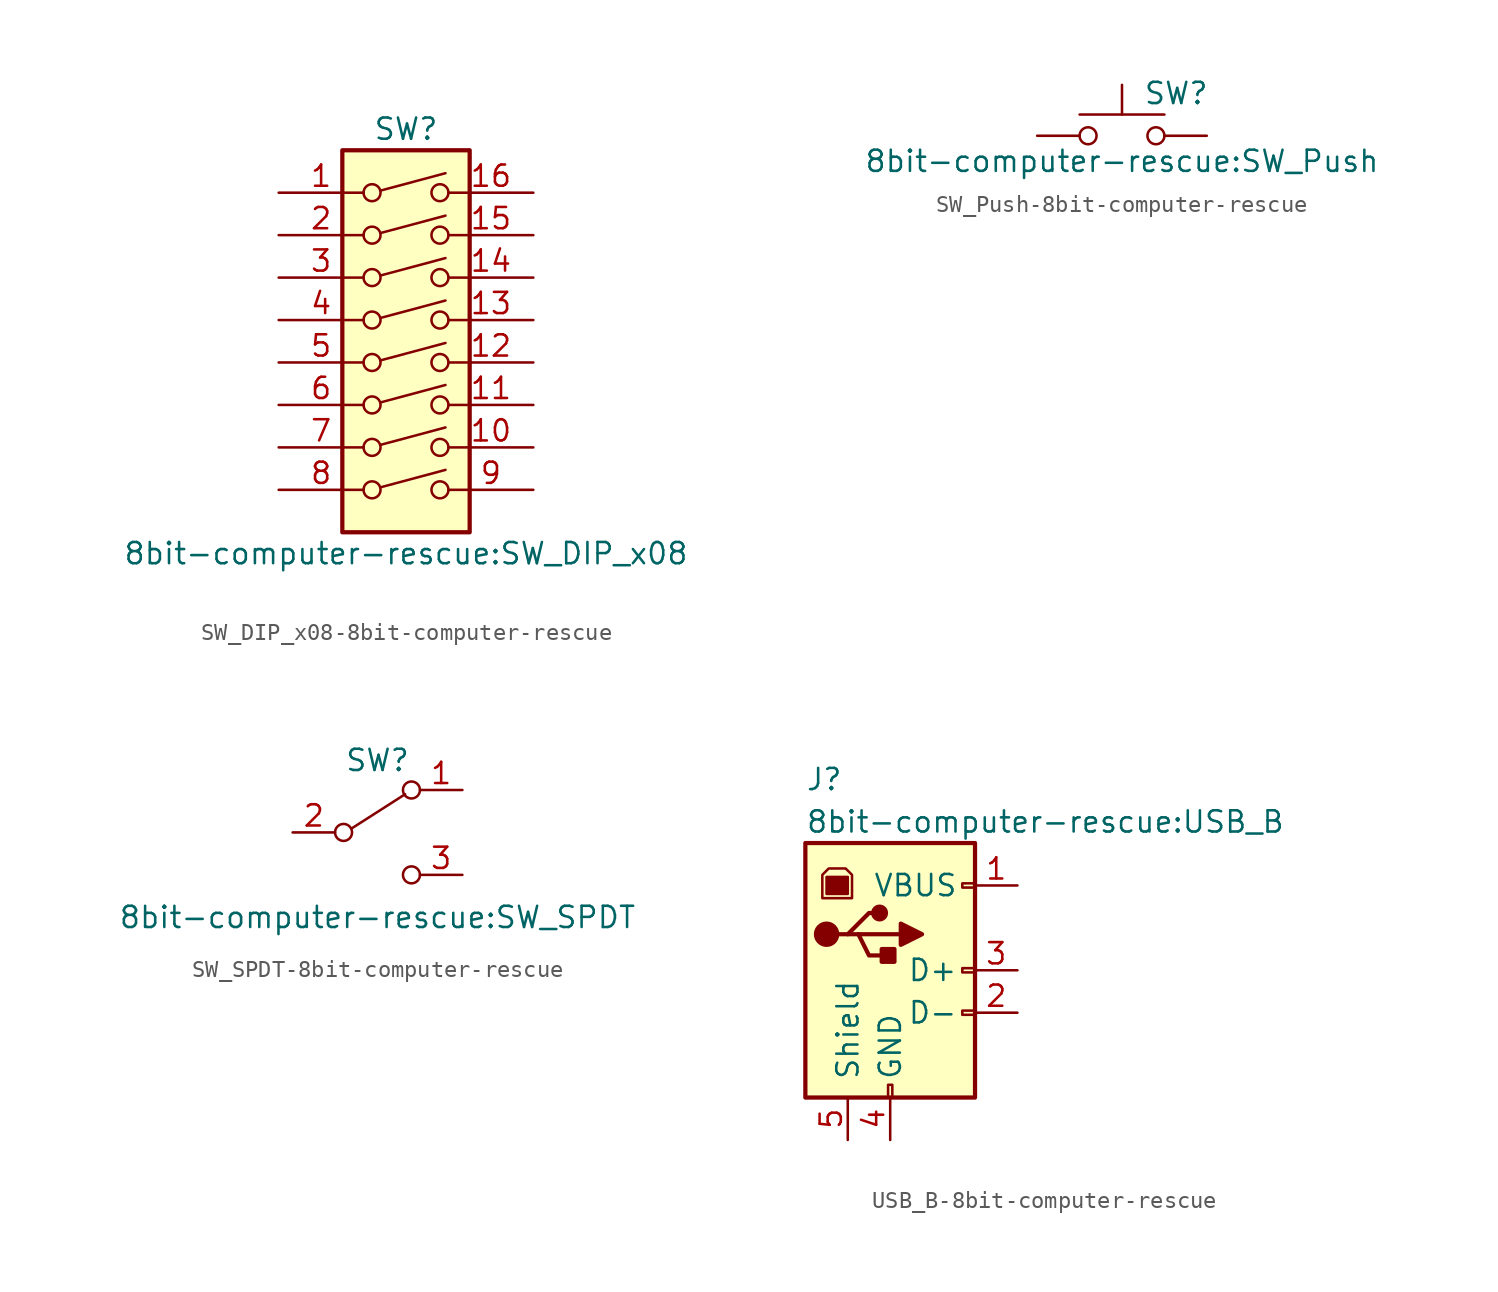
<source format=kicad_sym>
(kicad_symbol_lib
  (version 20220914)
  (generator kicad_symbol_editor)
  (symbol "SW_DIP_x08-8bit-computer-rescue"
    (pin_names
      (offset 0) hide)
    (property "Reference" "SW"
      (at 0 13.97 0)
      (effects (font (size 1.27 1.27))))
    (property "Value" "8bit-computer-rescue:SW_DIP_x08"
      (at 0 -11.43 0)
      (effects (font (size 1.27 1.27))))
    (symbol "SW_DIP_x08-8bit-computer-rescue_0_0"
      (circle (center -2.032 -7.62) (radius 0.508) (stroke (width 0) (type solid)) (fill (type none)))
      (circle (center -2.032 -5.08) (radius 0.508) (stroke (width 0) (type solid)) (fill (type none)))
      (circle (center -2.032 -2.54) (radius 0.508) (stroke (width 0) (type solid)) (fill (type none)))
      (circle (center -2.032 0) (radius 0.508) (stroke (width 0) (type solid)) (fill (type none)))
      (circle (center -2.032 2.54) (radius 0.508) (stroke (width 0) (type solid)) (fill (type none)))
      (circle (center -2.032 5.08) (radius 0.508) (stroke (width 0) (type solid)) (fill (type none)))
      (circle (center -2.032 7.62) (radius 0.508) (stroke (width 0) (type solid)) (fill (type none)))
      (circle (center -2.032 10.16) (radius 0.508) (stroke (width 0) (type solid)) (fill (type none)))
      (polyline (pts (xy -1.524 -7.468) (xy 2.362 -6.426)) (stroke (width 0) (type solid)) (fill (type none)))
      (polyline (pts (xy -1.524 -4.928) (xy 2.362 -3.886)) (stroke (width 0) (type solid)) (fill (type none)))
      (polyline (pts (xy -1.524 -2.388) (xy 2.362 -1.346)) (stroke (width 0) (type solid)) (fill (type none)))
      (polyline (pts (xy -1.524 0.127) (xy 2.362 1.168)) (stroke (width 0) (type solid)) (fill (type none)))
      (polyline (pts (xy -1.524 2.667) (xy 2.362 3.708)) (stroke (width 0) (type solid)) (fill (type none)))
      (polyline (pts (xy -1.524 5.207) (xy 2.362 6.248)) (stroke (width 0) (type solid)) (fill (type none)))
      (polyline (pts (xy -1.524 7.747) (xy 2.362 8.788)) (stroke (width 0) (type solid)) (fill (type none)))
      (polyline (pts (xy -1.524 10.287) (xy 2.362 11.328)) (stroke (width 0) (type solid)) (fill (type none)))
      (circle (center 2.032 -7.62) (radius 0.508) (stroke (width 0) (type solid)) (fill (type none)))
      (circle (center 2.032 -5.08) (radius 0.508) (stroke (width 0) (type solid)) (fill (type none)))
      (circle (center 2.032 -2.54) (radius 0.508) (stroke (width 0) (type solid)) (fill (type none)))
      (circle (center 2.032 0) (radius 0.508) (stroke (width 0) (type solid)) (fill (type none)))
      (circle (center 2.032 2.54) (radius 0.508) (stroke (width 0) (type solid)) (fill (type none)))
      (circle (center 2.032 5.08) (radius 0.508) (stroke (width 0) (type solid)) (fill (type none)))
      (circle (center 2.032 7.62) (radius 0.508) (stroke (width 0) (type solid)) (fill (type none)))
      (circle (center 2.032 10.16) (radius 0.508) (stroke (width 0) (type solid)) (fill (type none))))
    (symbol "SW_DIP_x08-8bit-computer-rescue_0_1"
      (rectangle (start -3.81 12.7) (end 3.81 -10.16) (stroke (width 0.254) (type solid)) (fill (type background))))
    (symbol "SW_DIP_x08-8bit-computer-rescue_1_1"
      (pin passive line (at -7.62 10.16 0) (length 5.08) (name "~" (effects (font (size 1.27 1.27)))) (number "1" (effects (font (size 1.27 1.27)))))
      (pin passive line (at 7.62 -5.08 180) (length 5.08) (name "~" (effects (font (size 1.27 1.27)))) (number "10" (effects (font (size 1.27 1.27)))))
      (pin passive line (at 7.62 -2.54 180) (length 5.08) (name "~" (effects (font (size 1.27 1.27)))) (number "11" (effects (font (size 1.27 1.27)))))
      (pin passive line (at 7.62 0 180) (length 5.08) (name "~" (effects (font (size 1.27 1.27)))) (number "12" (effects (font (size 1.27 1.27)))))
      (pin passive line (at 7.62 2.54 180) (length 5.08) (name "~" (effects (font (size 1.27 1.27)))) (number "13" (effects (font (size 1.27 1.27)))))
      (pin passive line (at 7.62 5.08 180) (length 5.08) (name "~" (effects (font (size 1.27 1.27)))) (number "14" (effects (font (size 1.27 1.27)))))
      (pin passive line (at 7.62 7.62 180) (length 5.08) (name "~" (effects (font (size 1.27 1.27)))) (number "15" (effects (font (size 1.27 1.27)))))
      (pin passive line (at 7.62 10.16 180) (length 5.08) (name "~" (effects (font (size 1.27 1.27)))) (number "16" (effects (font (size 1.27 1.27)))))
      (pin passive line (at -7.62 7.62 0) (length 5.08) (name "~" (effects (font (size 1.27 1.27)))) (number "2" (effects (font (size 1.27 1.27)))))
      (pin passive line (at -7.62 5.08 0) (length 5.08) (name "~" (effects (font (size 1.27 1.27)))) (number "3" (effects (font (size 1.27 1.27)))))
      (pin passive line (at -7.62 2.54 0) (length 5.08) (name "~" (effects (font (size 1.27 1.27)))) (number "4" (effects (font (size 1.27 1.27)))))
      (pin passive line (at -7.62 0 0) (length 5.08) (name "~" (effects (font (size 1.27 1.27)))) (number "5" (effects (font (size 1.27 1.27)))))
      (pin passive line (at -7.62 -2.54 0) (length 5.08) (name "~" (effects (font (size 1.27 1.27)))) (number "6" (effects (font (size 1.27 1.27)))))
      (pin passive line (at -7.62 -5.08 0) (length 5.08) (name "~" (effects (font (size 1.27 1.27)))) (number "7" (effects (font (size 1.27 1.27)))))
      (pin passive line (at -7.62 -7.62 0) (length 5.08) (name "~" (effects (font (size 1.27 1.27)))) (number "8" (effects (font (size 1.27 1.27)))))
      (pin passive line (at 7.62 -7.62 180) (length 5.08) (name "~" (effects (font (size 1.27 1.27)))) (number "9" (effects (font (size 1.27 1.27)))))))
  (symbol "SW_Push-8bit-computer-rescue"
    (pin_numbers hide)
    (pin_names
      (offset 1.016) hide)
    (property "Reference" "SW"
      (at 1.27 2.54 0)
      (effects (font (size 1.27 1.27)) (justify left)))
    (property "Value" "8bit-computer-rescue:SW_Push"
      (at 0 -1.524 0)
      (effects (font (size 1.27 1.27))))
    (symbol "SW_Push-8bit-computer-rescue_0_1"
      (circle (center -2.032 0) (radius 0.508) (stroke (width 0) (type solid)) (fill (type none)))
      (polyline (pts (xy 0 1.27) (xy 0 3.048)) (stroke (width 0) (type solid)) (fill (type none)))
      (polyline (pts (xy 2.54 1.27) (xy -2.54 1.27)) (stroke (width 0) (type solid)) (fill (type none)))
      (circle (center 2.032 0) (radius 0.508) (stroke (width 0) (type solid)) (fill (type none)))
      (pin passive line (at -5.08 0 0) (length 2.54) (name "1" (effects (font (size 1.27 1.27)))) (number "1" (effects (font (size 1.27 1.27)))))
      (pin passive line (at 5.08 0 180) (length 2.54) (name "2" (effects (font (size 1.27 1.27)))) (number "2" (effects (font (size 1.27 1.27)))))))
  (symbol "SW_SPDT-8bit-computer-rescue"
    (pin_names
      (offset 0) hide)
    (property "Reference" "SW"
      (at 0 4.318 0)
      (effects (font (size 1.27 1.27))))
    (property "Value" "8bit-computer-rescue:SW_SPDT"
      (at 0 -5.08 0)
      (effects (font (size 1.27 1.27))))
    (symbol "SW_SPDT-8bit-computer-rescue_0_0"
      (circle (center -2.032 0) (radius 0.508) (stroke (width 0) (type solid)) (fill (type none)))
      (circle (center 2.032 -2.54) (radius 0.508) (stroke (width 0) (type solid)) (fill (type none))))
    (symbol "SW_SPDT-8bit-computer-rescue_0_1"
      (polyline (pts (xy -1.524 0.254) (xy 1.651 2.286)) (stroke (width 0) (type solid)) (fill (type none)))
      (circle (center 2.032 2.54) (radius 0.508) (stroke (width 0) (type solid)) (fill (type none))))
    (symbol "SW_SPDT-8bit-computer-rescue_1_1"
      (pin passive line (at 5.08 2.54 180) (length 2.54) (name "A" (effects (font (size 1.27 1.27)))) (number "1" (effects (font (size 1.27 1.27)))))
      (pin passive line (at -5.08 0 0) (length 2.54) (name "B" (effects (font (size 1.27 1.27)))) (number "2" (effects (font (size 1.27 1.27)))))
      (pin passive line (at 5.08 -2.54 180) (length 2.54) (name "C" (effects (font (size 1.27 1.27)))) (number "3" (effects (font (size 1.27 1.27)))))))
  (symbol "USB_B-8bit-computer-rescue"
    (pin_names
      (offset 1.016))
    (property "Reference" "J"
      (at -5.08 11.43 0)
      (effects (font (size 1.27 1.27)) (justify left)))
    (property "Value" "8bit-computer-rescue:USB_B"
      (at -5.08 8.89 0)
      (effects (font (size 1.27 1.27)) (justify left)))
    (symbol "USB_B-8bit-computer-rescue_0_1"
      (rectangle (start -5.08 -7.62) (end 5.08 7.62) (stroke (width 0.254) (type solid)) (fill (type background)))
      (circle (center -3.81 2.159) (radius 0.635) (stroke (width 0.254) (type solid)) (fill (type outline)))
      (rectangle (start -3.81 5.588) (end -2.54 4.572) (stroke (width 0) (type solid)) (fill (type outline)))
      (circle (center -0.635 3.429) (radius 0.381) (stroke (width 0.254) (type solid)) (fill (type outline)))
      (rectangle (start -0.127 -7.62) (end 0.127 -6.858) (stroke (width 0) (type solid)) (fill (type none)))
      (polyline (pts (xy -1.905 2.159) (xy 0.635 2.159)) (stroke (width 0.254) (type solid)) (fill (type none)))
      (polyline (pts (xy -3.175 2.159) (xy -2.54 2.159) (xy -1.27 3.429) (xy -0.635 3.429)) (stroke (width 0.254) (type solid)) (fill (type none)))
      (polyline (pts (xy -2.54 2.159) (xy -1.905 2.159) (xy -1.27 0.889) (xy 0 0.889)) (stroke (width 0.254) (type solid)) (fill (type none)))
      (polyline (pts (xy 0.635 2.794) (xy 0.635 1.524) (xy 1.905 2.159) (xy 0.635 2.794)) (stroke (width 0.254) (type solid)) (fill (type outline)))
      (polyline (pts (xy -4.064 4.318) (xy -2.286 4.318) (xy -2.286 5.715) (xy -2.667 6.096) (xy -3.683 6.096) (xy -4.064 5.715) (xy -4.064 4.318)) (stroke (width 0) (type solid)) (fill (type none)))
      (rectangle (start 0.254 1.27) (end -0.508 0.508) (stroke (width 0.254) (type solid)) (fill (type outline)))
      (rectangle (start 5.08 -2.667) (end 4.318 -2.413) (stroke (width 0) (type solid)) (fill (type none)))
      (rectangle (start 5.08 -0.127) (end 4.318 0.127) (stroke (width 0) (type solid)) (fill (type none)))
      (rectangle (start 5.08 4.953) (end 4.318 5.207) (stroke (width 0) (type solid)) (fill (type none))))
    (symbol "USB_B-8bit-computer-rescue_1_1"
      (pin power_out line (at 7.62 5.08 180) (length 2.54) (name "VBUS" (effects (font (size 1.27 1.27)))) (number "1" (effects (font (size 1.27 1.27)))))
      (pin passive line (at 7.62 -2.54 180) (length 2.54) (name "D-" (effects (font (size 1.27 1.27)))) (number "2" (effects (font (size 1.27 1.27)))))
      (pin passive line (at 7.62 0 180) (length 2.54) (name "D+" (effects (font (size 1.27 1.27)))) (number "3" (effects (font (size 1.27 1.27)))))
      (pin power_out line (at 0 -10.16 90) (length 2.54) (name "GND" (effects (font (size 1.27 1.27)))) (number "4" (effects (font (size 1.27 1.27)))))
      (pin passive line (at -2.54 -10.16 90) (length 2.54) (name "Shield" (effects (font (size 1.27 1.27)))) (number "5" (effects (font (size 1.27 1.27))))))))
</source>
